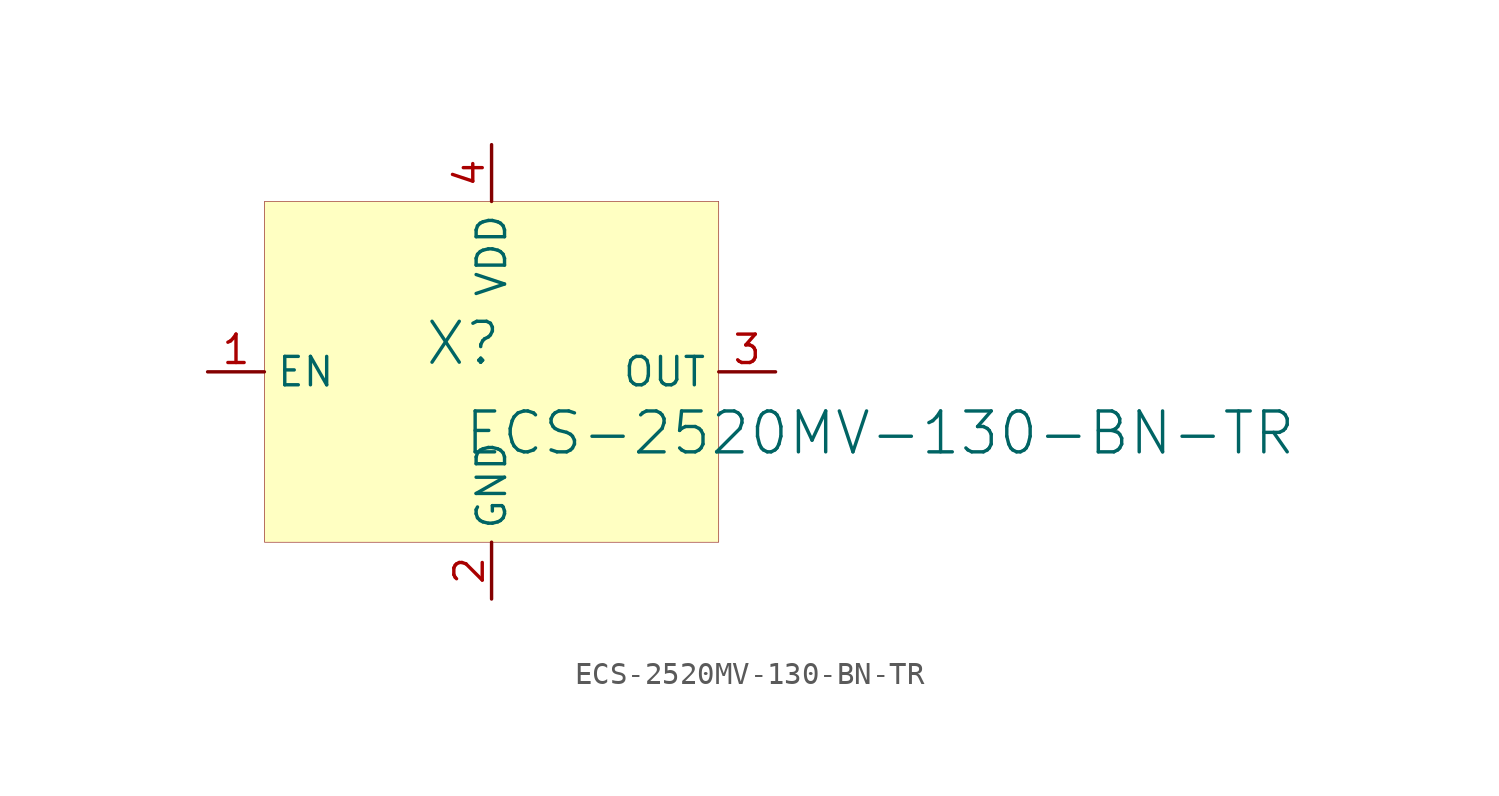
<source format=kicad_sym>
(kicad_symbol_lib
  (version 20231120)
  (generator "kicad_symbol_editor")
  (generator_version "8.0")
  (symbol "ECS-2520MV-130-BN-TR"
    (property "Reference" "X"
      (at -1.27 1.27 0)
      (effects (font (size 1.829 1.829))))
    (property "Value" "ECS-2520MV-130-BN-TR"
      (at -1.27 -3.81 0)
      (effects (font (size 1.829 1.829)) (justify left bottom)))
    (symbol "ECS-2520MV-130-BN-TR_1_0"
      (rectangle (start 10.16 7.62) (end -10.16 -7.62) (stroke (width 0.025) (type solid) (color 128 0 0 1)) (fill (type background)))
      (pin input line (at -12.7 0 0) (length 2.54) (name "EN" (effects (font (size 1.27 1.27)))) (number "1" (effects (font (size 1.27 1.27)))))
      (pin power_in line (at 0 -10.16 90) (length 2.54) (name "GND" (effects (font (size 1.27 1.27)))) (number "2" (effects (font (size 1.27 1.27)))))
      (pin passive line (at 12.7 0 180) (length 2.54) (name "OUT" (effects (font (size 1.27 1.27)))) (number "3" (effects (font (size 1.27 1.27)))))
      (pin power_in line (at 0 10.16 270) (length 2.54) (name "VDD" (effects (font (size 1.27 1.27)))) (number "4" (effects (font (size 1.27 1.27))))))))
</source>
